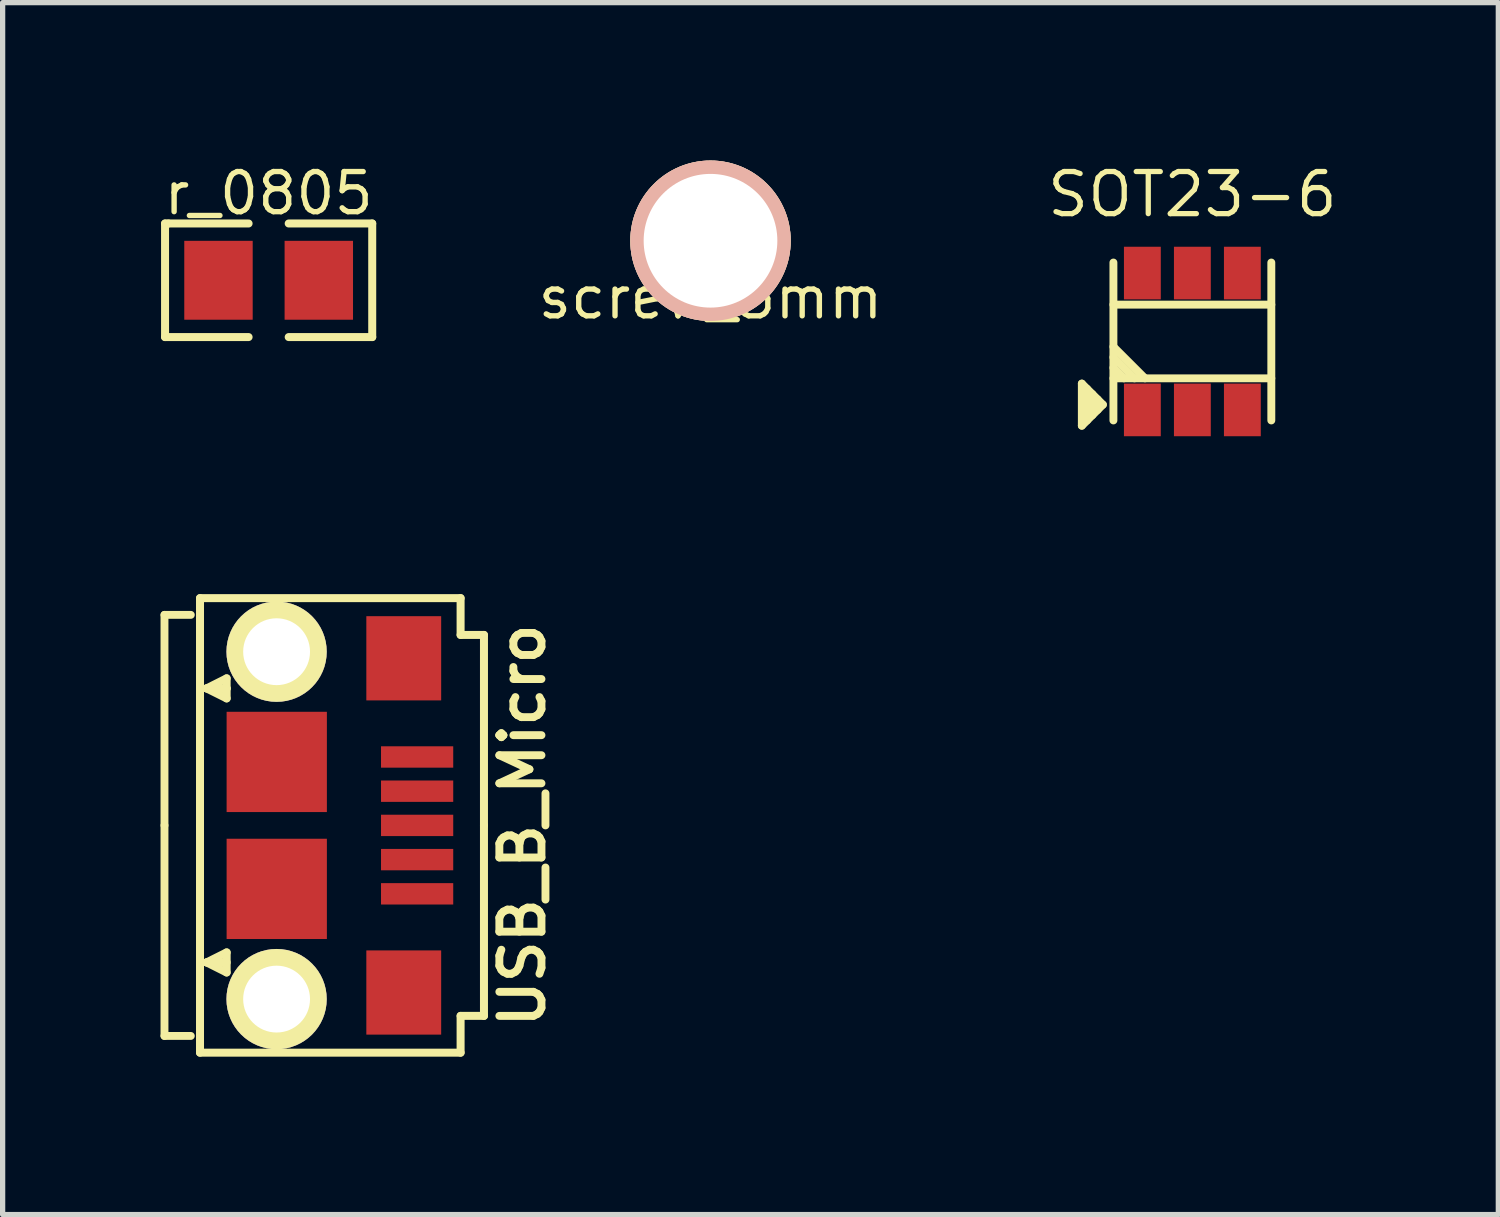
<source format=kicad_pcb>
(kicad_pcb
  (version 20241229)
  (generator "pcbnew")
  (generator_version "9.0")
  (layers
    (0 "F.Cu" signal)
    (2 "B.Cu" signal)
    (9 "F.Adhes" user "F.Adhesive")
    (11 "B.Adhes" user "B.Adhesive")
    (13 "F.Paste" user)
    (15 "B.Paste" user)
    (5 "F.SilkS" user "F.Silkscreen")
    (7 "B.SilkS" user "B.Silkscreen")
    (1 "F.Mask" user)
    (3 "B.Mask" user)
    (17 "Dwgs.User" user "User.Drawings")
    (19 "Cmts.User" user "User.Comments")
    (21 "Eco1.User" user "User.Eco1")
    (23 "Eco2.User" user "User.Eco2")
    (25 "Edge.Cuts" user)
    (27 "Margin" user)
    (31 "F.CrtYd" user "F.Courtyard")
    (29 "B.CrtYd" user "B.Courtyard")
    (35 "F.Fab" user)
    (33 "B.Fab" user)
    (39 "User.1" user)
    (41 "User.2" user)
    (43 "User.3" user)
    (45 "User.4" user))
  (footprint "r_0805"
    (layer "F.Cu")
    (at 2.054 2.275)
    (property "Reference" "r_0805" (at 0 -1.651 0) (layer "F.SilkS") (effects (font (size 0.762 0.762) (thickness 0.102))))
    (attr smd)
    (fp_line (start -1.968 -1.079) (end -1.968 1.079) (stroke (width 0.152) (type solid)) (layer "F.SilkS"))
    (fp_line (start -1.968 1.079) (end -0.381 1.079) (stroke (width 0.152) (type solid)) (layer "F.SilkS"))
    (fp_line (start -1.905 -1.079) (end -1.968 -1.079) (stroke (width 0.152) (type solid)) (layer "F.SilkS"))
    (fp_line (start -0.381 -1.079) (end -1.905 -1.079) (stroke (width 0.152) (type solid)) (layer "F.SilkS"))
    (fp_line (start 0.381 1.079) (end 1.968 1.079) (stroke (width 0.152) (type solid)) (layer "F.SilkS"))
    (fp_line (start 1.968 -1.079) (end 0.381 -1.079) (stroke (width 0.152) (type solid)) (layer "F.SilkS"))
    (fp_line (start 1.968 1.079) (end 1.968 -1.079) (stroke (width 0.152) (type solid)) (layer "F.SilkS"))
    (pad "1" smd rect (at 0.953 0) (size 1.3 1.499) (layers "F.Cu" "F.Mask" "F.Paste"))
    (pad "2" smd rect (at -0.953 0) (size 1.3 1.499) (layers "F.Cu" "F.Mask" "F.Paste")))
  (footprint "SOT23-6"
    (layer "F.Cu")
    (at 19.604 3.438)
    (property "Reference" "SOT23-6" (at 0 -2.794 0) (layer "F.SilkS") (effects (font (size 0.8 0.8) (thickness 0.1))))
    (attr smd)
    (fp_line (start -2.1 0.8) (end -2.1 1.6) (stroke (width 0.15) (type solid)) (layer "F.SilkS"))
    (fp_line (start -2.1 1.6) (end -1.7 1.2) (stroke (width 0.15) (type solid)) (layer "F.SilkS"))
    (fp_line (start -2 0.9) (end -2 1.5) (stroke (width 0.15) (type solid)) (layer "F.SilkS"))
    (fp_line (start -1.9 1.4) (end -1.9 1) (stroke (width 0.15) (type solid)) (layer "F.SilkS"))
    (fp_line (start -1.8 1.1) (end -1.8 1.3) (stroke (width 0.15) (type solid)) (layer "F.SilkS"))
    (fp_line (start -1.7 1.2) (end -2.1 0.8) (stroke (width 0.15) (type solid)) (layer "F.SilkS"))
    (fp_line (start -1.5 -0.7) (end 1.5 -0.7) (stroke (width 0.15) (type solid)) (layer "F.SilkS"))
    (fp_line (start -1.5 0.1) (end -0.9 0.7) (stroke (width 0.15) (type solid)) (layer "F.SilkS"))
    (fp_line (start -1.5 0.5) (end -1.3 0.7) (stroke (width 0.15) (type solid)) (layer "F.SilkS"))
    (fp_line (start -1.5 1.5) (end -1.5 -1.5) (stroke (width 0.15) (type solid)) (layer "F.SilkS"))
    (fp_line (start -1.1 0.7) (end -1.5 0.3) (stroke (width 0.15) (type solid)) (layer "F.SilkS"))
    (fp_line (start 1.5 -1.5) (end 1.5 1.5) (stroke (width 0.15) (type solid)) (layer "F.SilkS"))
    (fp_line (start 1.5 0.7) (end -1.5 0.7) (stroke (width 0.15) (type solid)) (layer "F.SilkS"))
    (pad "1" smd rect (at -0.95 1.3) (size 0.7 1) (layers "F.Cu" "F.Mask" "F.Paste"))
    (pad "2" smd rect (at 0 1.3) (size 0.7 1) (layers "F.Cu" "F.Mask" "F.Paste"))
    (pad "3" smd rect (at 0.95 1.3) (size 0.7 1) (layers "F.Cu" "F.Mask" "F.Paste"))
    (pad "4" smd rect (at 0.95 -1.3) (size 0.7 1) (layers "F.Cu" "F.Mask" "F.Paste"))
    (pad "5" smd rect (at 0 -1.3) (size 0.7 1) (layers "F.Cu" "F.Mask" "F.Paste"))
    (pad "6" smd rect (at -0.95 -1.3) (size 0.7 1) (layers "F.Cu" "F.Mask" "F.Paste")))
  (footprint "screw_3mm"
    (layer "F.Cu")
    (at 10.449 1.524)
    (property "Reference" "screw_3mm" (at 0 1.079 0) (layer "F.SilkS") (effects (font (size 0.762 0.762) (thickness 0.102))))
    (attr through_hole)
    (pad "1" thru_hole circle (at 0 0) (size 3.048 3.048) (drill 2.54) (layers "*.Cu" "*.SilkS" "*.Mask")))
  (footprint "USB_B_Micro"
    (layer "F.Cu")
    (at 4.875 12.632)
    (property "Reference" "USB_B_Micro" (at 2 0 90) (layer "F.SilkS") (effects (font (size 0.8 0.8) (thickness 0.15))))
    (attr smd)
    (fp_line (start -4.8 -4) (end -4.3 -4) (stroke (width 0.15) (type solid)) (layer "F.SilkS"))
    (fp_line (start -4.8 0) (end -4.8 -4) (stroke (width 0.15) (type solid)) (layer "F.SilkS"))
    (fp_line (start -4.8 0) (end -4.8 4) (stroke (width 0.15) (type solid)) (layer "F.SilkS"))
    (fp_line (start -4.8 4) (end -4.3 4) (stroke (width 0.15) (type solid)) (layer "F.SilkS"))
    (fp_line (start -4.125 -4.318) (end -4.125 0) (stroke (width 0.152) (type solid)) (layer "F.SilkS"))
    (fp_line (start -4.125 0) (end -4.125 4.318) (stroke (width 0.152) (type solid)) (layer "F.SilkS"))
    (fp_line (start -4.125 4.318) (end 0.826 4.318) (stroke (width 0.152) (type solid)) (layer "F.SilkS"))
    (fp_line (start -4 -2.603) (end -3.619 -2.413) (stroke (width 0.152) (type solid)) (layer "F.SilkS"))
    (fp_line (start -4 2.603) (end -3.619 2.413) (stroke (width 0.152) (type solid)) (layer "F.SilkS"))
    (fp_line (start -3.619 -2.794) (end -4 -2.603) (stroke (width 0.152) (type solid)) (layer "F.SilkS"))
    (fp_line (start -3.619 -2.603) (end -4 -2.603) (stroke (width 0.152) (type solid)) (layer "F.SilkS"))
    (fp_line (start -3.619 -2.603) (end -3.619 -2.794) (stroke (width 0.152) (type solid)) (layer "F.SilkS"))
    (fp_line (start -3.619 -2.413) (end -3.619 -2.603) (stroke (width 0.152) (type solid)) (layer "F.SilkS"))
    (fp_line (start -3.619 2.413) (end -3.619 2.794) (stroke (width 0.152) (type solid)) (layer "F.SilkS"))
    (fp_line (start -3.619 2.603) (end -4 2.603) (stroke (width 0.152) (type solid)) (layer "F.SilkS"))
    (fp_line (start -3.619 2.794) (end -4 2.603) (stroke (width 0.152) (type solid)) (layer "F.SilkS"))
    (fp_line (start 0.826 -4.318) (end -4.125 -4.318) (stroke (width 0.152) (type solid)) (layer "F.SilkS"))
    (fp_line (start 0.826 -3.619) (end 0.826 -4.318) (stroke (width 0.152) (type solid)) (layer "F.SilkS"))
    (fp_line (start 0.826 4.318) (end 0.826 3.619) (stroke (width 0.152) (type solid)) (layer "F.SilkS"))
    (fp_line (start 1.27 -3.619) (end 0.826 -3.619) (stroke (width 0.152) (type solid)) (layer "F.SilkS"))
    (fp_line (start 1.27 0) (end 1.27 -3.619) (stroke (width 0.152) (type solid)) (layer "F.SilkS"))
    (fp_line (start 1.27 0) (end 1.27 3.619) (stroke (width 0.152) (type solid)) (layer "F.SilkS"))
    (fp_line (start 1.27 3.619) (end 0.826 3.619) (stroke (width 0.152) (type solid)) (layer "F.SilkS"))
    (pad "1" smd rect (at 0 -1.3) (size 1.372 0.406) (layers "F.Cu" "F.Mask" "F.Paste"))
    (pad "2" smd rect (at 0 -0.65) (size 1.372 0.406) (layers "F.Cu" "F.Mask" "F.Paste"))
    (pad "3" smd rect (at 0 0) (size 1.372 0.406) (layers "F.Cu" "F.Mask" "F.Paste"))
    (pad "4" smd rect (at 0 0.65) (size 1.372 0.406) (layers "F.Cu" "F.Mask" "F.Paste"))
    (pad "5" smd rect (at 0 1.3) (size 1.372 0.406) (layers "F.Cu" "F.Mask" "F.Paste"))
    (pad "T1" smd rect (at -0.254 -3.175) (size 1.422 1.6) (layers "F.Cu" "F.Mask" "F.Paste"))
    (pad "T2" smd rect (at -0.254 3.175) (size 1.422 1.6) (layers "F.Cu" "F.Mask" "F.Paste"))
    (pad "T3" smd rect (at -2.667 -1.206) (size 1.905 1.905) (layers "F.Cu" "F.Mask" "F.Paste"))
    (pad "T4" smd rect (at -2.667 1.206) (size 1.905 1.905) (layers "F.Cu" "F.Mask" "F.Paste"))
    (pad "T5" thru_hole circle (at -2.67 -3.3) (size 1.905 1.905) (drill 1.27) (layers "*.Cu" "*.Paste" "*.Mask" "F.SilkS"))
    (pad "T6" thru_hole circle (at -2.67 3.3) (size 1.905 1.905) (drill 1.27) (layers "*.Cu" "*.Paste" "*.Mask" "F.SilkS")))
  (gr_rect
    (start -3 -3)
    (end 25.417 20.026)
    (stroke (width 0.1) (type default))
    (fill no)
    (layer "Edge.Cuts")))
</source>
